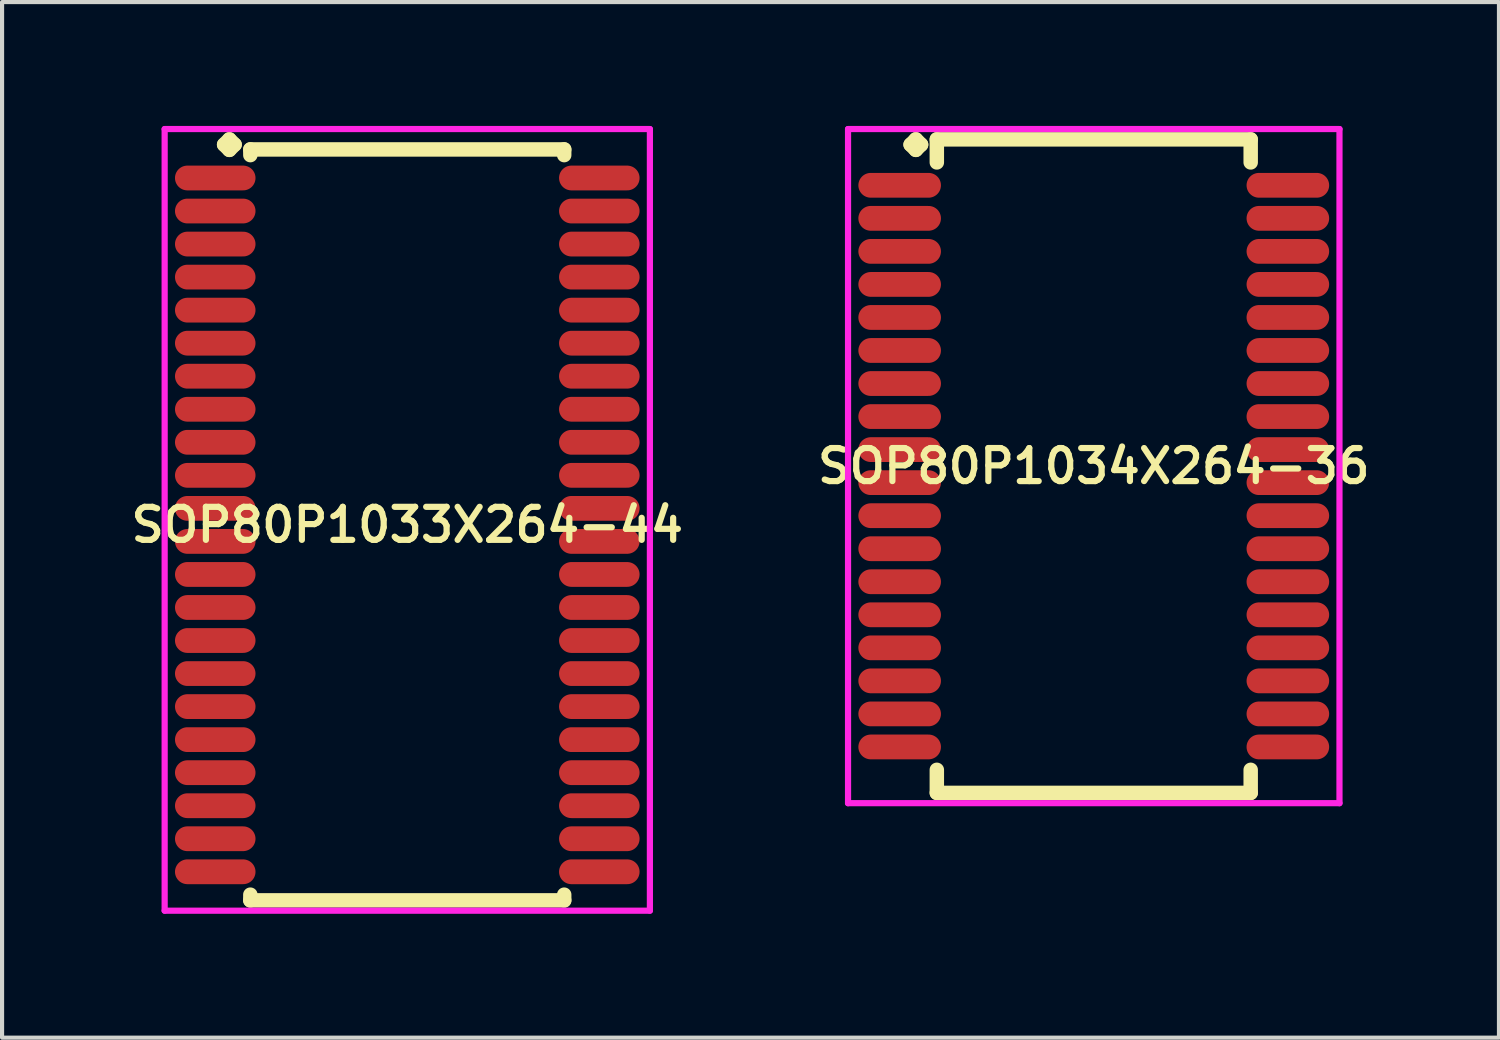
<source format=kicad_pcb>
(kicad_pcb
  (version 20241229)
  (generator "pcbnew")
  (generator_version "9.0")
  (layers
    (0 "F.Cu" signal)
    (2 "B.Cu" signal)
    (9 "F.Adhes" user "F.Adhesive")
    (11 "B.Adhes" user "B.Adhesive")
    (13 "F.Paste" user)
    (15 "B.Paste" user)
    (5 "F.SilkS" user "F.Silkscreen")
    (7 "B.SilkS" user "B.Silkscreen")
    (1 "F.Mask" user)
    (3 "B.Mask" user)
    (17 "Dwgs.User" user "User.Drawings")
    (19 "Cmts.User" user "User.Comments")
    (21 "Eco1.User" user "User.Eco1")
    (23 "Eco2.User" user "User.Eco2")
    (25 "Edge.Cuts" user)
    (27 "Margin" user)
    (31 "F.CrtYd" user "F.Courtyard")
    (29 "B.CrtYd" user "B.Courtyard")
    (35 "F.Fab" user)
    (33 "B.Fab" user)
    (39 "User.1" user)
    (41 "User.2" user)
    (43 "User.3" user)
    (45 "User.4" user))
  (footprint "SOP80P1033X264-44"
    (layer "F.Cu")
    (at 6.812 9.66)
    (property "Reference" "SOP80P1033X264-44" (at 0 0 0) (layer "F.SilkS") (effects (font (size 0.8 0.8) (thickness 0.15))))
    (attr smd)
    (fp_line (start -4.435 -9.208) (end -4.308 -9.335) (stroke (width 0.35) (type solid)) (layer "F.SilkS"))
    (fp_line (start -4.308 -9.335) (end -4.181 -9.208) (stroke (width 0.35) (type solid)) (layer "F.SilkS"))
    (fp_line (start -4.308 -9.081) (end -4.435 -9.208) (stroke (width 0.35) (type solid)) (layer "F.SilkS"))
    (fp_line (start -4.181 -9.208) (end -4.308 -9.081) (stroke (width 0.35) (type solid)) (layer "F.SilkS"))
    (fp_line (start -3.8 -9.092) (end 3.8 -9.092) (stroke (width 0.35) (type solid)) (layer "F.SilkS"))
    (fp_line (start -3.8 -8.954) (end -3.8 -9.092) (stroke (width 0.35) (type solid)) (layer "F.SilkS"))
    (fp_line (start -3.8 8.954) (end -3.8 9.092) (stroke (width 0.35) (type solid)) (layer "F.SilkS"))
    (fp_line (start -3.8 9.092) (end 3.8 9.092) (stroke (width 0.35) (type solid)) (layer "F.SilkS"))
    (fp_line (start 3.8 -9.092) (end 3.8 -8.954) (stroke (width 0.35) (type solid)) (layer "F.SilkS"))
    (fp_line (start 3.8 9.092) (end 3.8 8.954) (stroke (width 0.35) (type solid)) (layer "F.SilkS"))
    (fp_line (start -5.875 -9.585) (end 5.875 -9.585) (stroke (width 0.15) (type solid)) (layer "F.CrtYd"))
    (fp_line (start -5.875 9.342) (end -5.875 -9.585) (stroke (width 0.15) (type solid)) (layer "F.CrtYd"))
    (fp_line (start 5.875 -9.585) (end 5.875 9.342) (stroke (width 0.15) (type solid)) (layer "F.CrtYd"))
    (fp_line (start 5.875 9.342) (end -5.875 9.342) (stroke (width 0.15) (type solid)) (layer "F.CrtYd"))
    (pad "1" smd oval (at -4.65 -8.4) (size 1.95 0.6) (layers "F.Cu" "F.Mask" "F.Paste"))
    (pad "2" smd oval (at -4.65 -7.6) (size 1.95 0.6) (layers "F.Cu" "F.Mask" "F.Paste"))
    (pad "3" smd oval (at -4.65 -6.8) (size 1.95 0.6) (layers "F.Cu" "F.Mask" "F.Paste"))
    (pad "4" smd oval (at -4.65 -6) (size 1.95 0.6) (layers "F.Cu" "F.Mask" "F.Paste"))
    (pad "5" smd oval (at -4.65 -5.2) (size 1.95 0.6) (layers "F.Cu" "F.Mask" "F.Paste"))
    (pad "6" smd oval (at -4.65 -4.4) (size 1.95 0.6) (layers "F.Cu" "F.Mask" "F.Paste"))
    (pad "7" smd oval (at -4.65 -3.6) (size 1.95 0.6) (layers "F.Cu" "F.Mask" "F.Paste"))
    (pad "8" smd oval (at -4.65 -2.8) (size 1.95 0.6) (layers "F.Cu" "F.Mask" "F.Paste"))
    (pad "9" smd oval (at -4.65 -2) (size 1.95 0.6) (layers "F.Cu" "F.Mask" "F.Paste"))
    (pad "10" smd oval (at -4.65 -1.2) (size 1.95 0.6) (layers "F.Cu" "F.Mask" "F.Paste"))
    (pad "11" smd oval (at -4.65 -0.4) (size 1.95 0.6) (layers "F.Cu" "F.Mask" "F.Paste"))
    (pad "12" smd oval (at -4.65 0.4) (size 1.95 0.6) (layers "F.Cu" "F.Mask" "F.Paste"))
    (pad "13" smd oval (at -4.65 1.2) (size 1.95 0.6) (layers "F.Cu" "F.Mask" "F.Paste"))
    (pad "14" smd oval (at -4.65 2) (size 1.95 0.6) (layers "F.Cu" "F.Mask" "F.Paste"))
    (pad "15" smd oval (at -4.65 2.8) (size 1.95 0.6) (layers "F.Cu" "F.Mask" "F.Paste"))
    (pad "16" smd oval (at -4.65 3.6) (size 1.95 0.6) (layers "F.Cu" "F.Mask" "F.Paste"))
    (pad "17" smd oval (at -4.65 4.4) (size 1.95 0.6) (layers "F.Cu" "F.Mask" "F.Paste"))
    (pad "18" smd oval (at -4.65 5.2) (size 1.95 0.6) (layers "F.Cu" "F.Mask" "F.Paste"))
    (pad "19" smd oval (at -4.65 6) (size 1.95 0.6) (layers "F.Cu" "F.Mask" "F.Paste"))
    (pad "20" smd oval (at -4.65 6.8) (size 1.95 0.6) (layers "F.Cu" "F.Mask" "F.Paste"))
    (pad "21" smd oval (at -4.65 7.6) (size 1.95 0.6) (layers "F.Cu" "F.Mask" "F.Paste"))
    (pad "22" smd oval (at -4.65 8.4) (size 1.95 0.6) (layers "F.Cu" "F.Mask" "F.Paste"))
    (pad "23" smd oval (at 4.65 8.4) (size 1.95 0.6) (layers "F.Cu" "F.Mask" "F.Paste"))
    (pad "24" smd oval (at 4.65 7.6) (size 1.95 0.6) (layers "F.Cu" "F.Mask" "F.Paste"))
    (pad "25" smd oval (at 4.65 6.8) (size 1.95 0.6) (layers "F.Cu" "F.Mask" "F.Paste"))
    (pad "26" smd oval (at 4.65 6) (size 1.95 0.6) (layers "F.Cu" "F.Mask" "F.Paste"))
    (pad "27" smd oval (at 4.65 5.2) (size 1.95 0.6) (layers "F.Cu" "F.Mask" "F.Paste"))
    (pad "28" smd oval (at 4.65 4.4) (size 1.95 0.6) (layers "F.Cu" "F.Mask" "F.Paste"))
    (pad "29" smd oval (at 4.65 3.6) (size 1.95 0.6) (layers "F.Cu" "F.Mask" "F.Paste"))
    (pad "30" smd oval (at 4.65 2.8) (size 1.95 0.6) (layers "F.Cu" "F.Mask" "F.Paste"))
    (pad "31" smd oval (at 4.65 2) (size 1.95 0.6) (layers "F.Cu" "F.Mask" "F.Paste"))
    (pad "32" smd oval (at 4.65 1.2) (size 1.95 0.6) (layers "F.Cu" "F.Mask" "F.Paste"))
    (pad "33" smd oval (at 4.65 0.4) (size 1.95 0.6) (layers "F.Cu" "F.Mask" "F.Paste"))
    (pad "34" smd oval (at 4.65 -0.4) (size 1.95 0.6) (layers "F.Cu" "F.Mask" "F.Paste"))
    (pad "35" smd oval (at 4.65 -1.2) (size 1.95 0.6) (layers "F.Cu" "F.Mask" "F.Paste"))
    (pad "36" smd oval (at 4.65 -2) (size 1.95 0.6) (layers "F.Cu" "F.Mask" "F.Paste"))
    (pad "37" smd oval (at 4.65 -2.8) (size 1.95 0.6) (layers "F.Cu" "F.Mask" "F.Paste"))
    (pad "38" smd oval (at 4.65 -3.6) (size 1.95 0.6) (layers "F.Cu" "F.Mask" "F.Paste"))
    (pad "39" smd oval (at 4.65 -4.4) (size 1.95 0.6) (layers "F.Cu" "F.Mask" "F.Paste"))
    (pad "40" smd oval (at 4.65 -5.2) (size 1.95 0.6) (layers "F.Cu" "F.Mask" "F.Paste"))
    (pad "41" smd oval (at 4.65 -6) (size 1.95 0.6) (layers "F.Cu" "F.Mask" "F.Paste"))
    (pad "42" smd oval (at 4.65 -6.8) (size 1.95 0.6) (layers "F.Cu" "F.Mask" "F.Paste"))
    (pad "43" smd oval (at 4.65 -7.6) (size 1.95 0.6) (layers "F.Cu" "F.Mask" "F.Paste"))
    (pad "44" smd oval (at 4.65 -8.4) (size 1.95 0.6) (layers "F.Cu" "F.Mask" "F.Paste")))
  (footprint "SOP80P1034X264-36"
    (layer "F.Cu")
    (at 23.435 8.237)
    (property "Reference" "SOP80P1034X264-36" (at 0 0 0) (layer "F.SilkS") (effects (font (size 0.8 0.8) (thickness 0.15))))
    (attr smd)
    (fp_line (start -4.435 -7.785) (end -4.308 -7.912) (stroke (width 0.35) (type solid)) (layer "F.SilkS"))
    (fp_line (start -4.308 -7.912) (end -4.181 -7.785) (stroke (width 0.35) (type solid)) (layer "F.SilkS"))
    (fp_line (start -4.308 -7.658) (end -4.435 -7.785) (stroke (width 0.35) (type solid)) (layer "F.SilkS"))
    (fp_line (start -4.181 -7.785) (end -4.308 -7.658) (stroke (width 0.35) (type solid)) (layer "F.SilkS"))
    (fp_line (start -3.8 -7.912) (end 3.8 -7.912) (stroke (width 0.35) (type solid)) (layer "F.SilkS"))
    (fp_line (start -3.8 -7.354) (end -3.8 -7.912) (stroke (width 0.35) (type solid)) (layer "F.SilkS"))
    (fp_line (start -3.8 7.354) (end -3.8 7.912) (stroke (width 0.35) (type solid)) (layer "F.SilkS"))
    (fp_line (start -3.8 7.912) (end 3.8 7.912) (stroke (width 0.35) (type solid)) (layer "F.SilkS"))
    (fp_line (start 3.8 -7.912) (end 3.8 -7.354) (stroke (width 0.35) (type solid)) (layer "F.SilkS"))
    (fp_line (start 3.8 7.912) (end 3.8 7.354) (stroke (width 0.35) (type solid)) (layer "F.SilkS"))
    (fp_line (start -5.95 -8.162) (end 5.95 -8.162) (stroke (width 0.15) (type solid)) (layer "F.CrtYd"))
    (fp_line (start -5.95 8.162) (end -5.95 -8.162) (stroke (width 0.15) (type solid)) (layer "F.CrtYd"))
    (fp_line (start 5.95 -8.162) (end 5.95 8.162) (stroke (width 0.15) (type solid)) (layer "F.CrtYd"))
    (fp_line (start 5.95 8.162) (end -5.95 8.162) (stroke (width 0.15) (type solid)) (layer "F.CrtYd"))
    (pad "1" smd oval (at -4.7 -6.8) (size 2 0.6) (layers "F.Cu" "F.Mask" "F.Paste"))
    (pad "2" smd oval (at -4.7 -6) (size 2 0.6) (layers "F.Cu" "F.Mask" "F.Paste"))
    (pad "3" smd oval (at -4.7 -5.2) (size 2 0.6) (layers "F.Cu" "F.Mask" "F.Paste"))
    (pad "4" smd oval (at -4.7 -4.4) (size 2 0.6) (layers "F.Cu" "F.Mask" "F.Paste"))
    (pad "5" smd oval (at -4.7 -3.6) (size 2 0.6) (layers "F.Cu" "F.Mask" "F.Paste"))
    (pad "6" smd oval (at -4.7 -2.8) (size 2 0.6) (layers "F.Cu" "F.Mask" "F.Paste"))
    (pad "7" smd oval (at -4.7 -2) (size 2 0.6) (layers "F.Cu" "F.Mask" "F.Paste"))
    (pad "8" smd oval (at -4.7 -1.2) (size 2 0.6) (layers "F.Cu" "F.Mask" "F.Paste"))
    (pad "9" smd oval (at -4.7 -0.4) (size 2 0.6) (layers "F.Cu" "F.Mask" "F.Paste"))
    (pad "10" smd oval (at -4.7 0.4) (size 2 0.6) (layers "F.Cu" "F.Mask" "F.Paste"))
    (pad "11" smd oval (at -4.7 1.2) (size 2 0.6) (layers "F.Cu" "F.Mask" "F.Paste"))
    (pad "12" smd oval (at -4.7 2) (size 2 0.6) (layers "F.Cu" "F.Mask" "F.Paste"))
    (pad "13" smd oval (at -4.7 2.8) (size 2 0.6) (layers "F.Cu" "F.Mask" "F.Paste"))
    (pad "14" smd oval (at -4.7 3.6) (size 2 0.6) (layers "F.Cu" "F.Mask" "F.Paste"))
    (pad "15" smd oval (at -4.7 4.4) (size 2 0.6) (layers "F.Cu" "F.Mask" "F.Paste"))
    (pad "16" smd oval (at -4.7 5.2) (size 2 0.6) (layers "F.Cu" "F.Mask" "F.Paste"))
    (pad "17" smd oval (at -4.7 6) (size 2 0.6) (layers "F.Cu" "F.Mask" "F.Paste"))
    (pad "18" smd oval (at -4.7 6.8) (size 2 0.6) (layers "F.Cu" "F.Mask" "F.Paste"))
    (pad "19" smd oval (at 4.7 6.8) (size 2 0.6) (layers "F.Cu" "F.Mask" "F.Paste"))
    (pad "20" smd oval (at 4.7 6) (size 2 0.6) (layers "F.Cu" "F.Mask" "F.Paste"))
    (pad "21" smd oval (at 4.7 5.2) (size 2 0.6) (layers "F.Cu" "F.Mask" "F.Paste"))
    (pad "22" smd oval (at 4.7 4.4) (size 2 0.6) (layers "F.Cu" "F.Mask" "F.Paste"))
    (pad "23" smd oval (at 4.7 3.6) (size 2 0.6) (layers "F.Cu" "F.Mask" "F.Paste"))
    (pad "24" smd oval (at 4.7 2.8) (size 2 0.6) (layers "F.Cu" "F.Mask" "F.Paste"))
    (pad "25" smd oval (at 4.7 2) (size 2 0.6) (layers "F.Cu" "F.Mask" "F.Paste"))
    (pad "26" smd oval (at 4.7 1.2) (size 2 0.6) (layers "F.Cu" "F.Mask" "F.Paste"))
    (pad "27" smd oval (at 4.7 0.4) (size 2 0.6) (layers "F.Cu" "F.Mask" "F.Paste"))
    (pad "28" smd oval (at 4.7 -0.4) (size 2 0.6) (layers "F.Cu" "F.Mask" "F.Paste"))
    (pad "29" smd oval (at 4.7 -1.2) (size 2 0.6) (layers "F.Cu" "F.Mask" "F.Paste"))
    (pad "30" smd oval (at 4.7 -2) (size 2 0.6) (layers "F.Cu" "F.Mask" "F.Paste"))
    (pad "31" smd oval (at 4.7 -2.8) (size 2 0.6) (layers "F.Cu" "F.Mask" "F.Paste"))
    (pad "32" smd oval (at 4.7 -3.6) (size 2 0.6) (layers "F.Cu" "F.Mask" "F.Paste"))
    (pad "33" smd oval (at 4.7 -4.4) (size 2 0.6) (layers "F.Cu" "F.Mask" "F.Paste"))
    (pad "34" smd oval (at 4.7 -5.2) (size 2 0.6) (layers "F.Cu" "F.Mask" "F.Paste"))
    (pad "35" smd oval (at 4.7 -6) (size 2 0.6) (layers "F.Cu" "F.Mask" "F.Paste"))
    (pad "36" smd oval (at 4.7 -6.8) (size 2 0.6) (layers "F.Cu" "F.Mask" "F.Paste")))
  (gr_rect
    (start -3 -3)
    (end 33.247 22.077)
    (stroke (width 0.1) (type default))
    (fill no)
    (layer "Edge.Cuts")))
</source>
